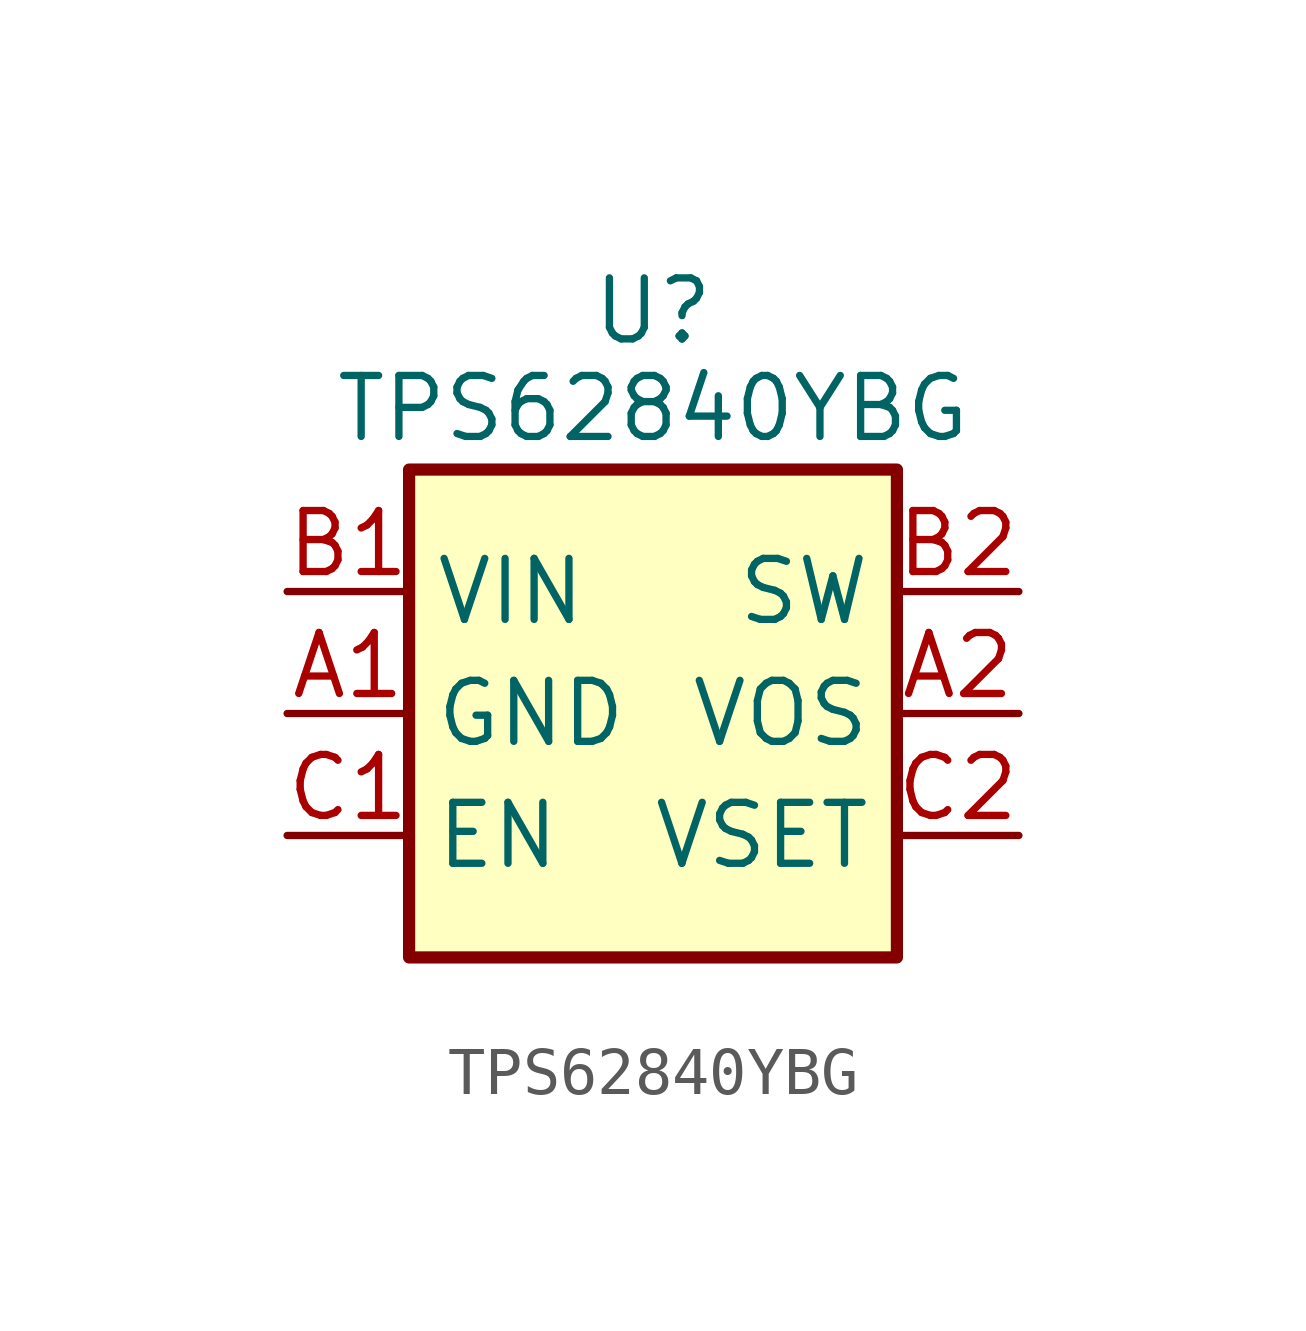
<source format=kicad_sym>
(kicad_symbol_lib
  (version 20241209)
  (generator "kicad_symbol_editor")
  (generator_version "9.0")
  (symbol "TPS62840YBG"
    (property "Reference" "U"
      (at 0 8.382 0)
      (effects (font (size 1.27 1.27))))
    (property "Value" "TPS62840YBG"
      (at 0 6.35 0)
      (effects (font (size 1.27 1.27))))
    (symbol "TPS62840YBG_0_1"
      (rectangle (start -5.08 5.08) (end 5.08 -5.08) (stroke (width 0.254) (type default)) (fill (type background))))
    (symbol "TPS62840YBG_1_1"
      (pin power_in line (at -7.62 2.54 0) (length 2.54) (name "VIN" (effects (font (size 1.27 1.27)))) (number "B1" (effects (font (size 1.27 1.27)))))
      (pin power_in line (at -7.62 0 0) (length 2.54) (name "GND" (effects (font (size 1.27 1.27)))) (number "A1" (effects (font (size 1.27 1.27)))))
      (pin input line (at -7.62 -2.54 0) (length 2.54) (name "EN" (effects (font (size 1.27 1.27)))) (number "C1" (effects (font (size 1.27 1.27)))))
      (pin open_collector line (at 7.62 2.54 180) (length 2.54) (name "SW" (effects (font (size 1.27 1.27)))) (number "B2" (effects (font (size 1.27 1.27)))))
      (pin input line (at 7.62 0 180) (length 2.54) (name "VOS" (effects (font (size 1.27 1.27)))) (number "A2" (effects (font (size 1.27 1.27)))))
      (pin input line (at 7.62 -2.54 180) (length 2.54) (name "VSET" (effects (font (size 1.27 1.27)))) (number "C2" (effects (font (size 1.27 1.27))))))))
</source>
